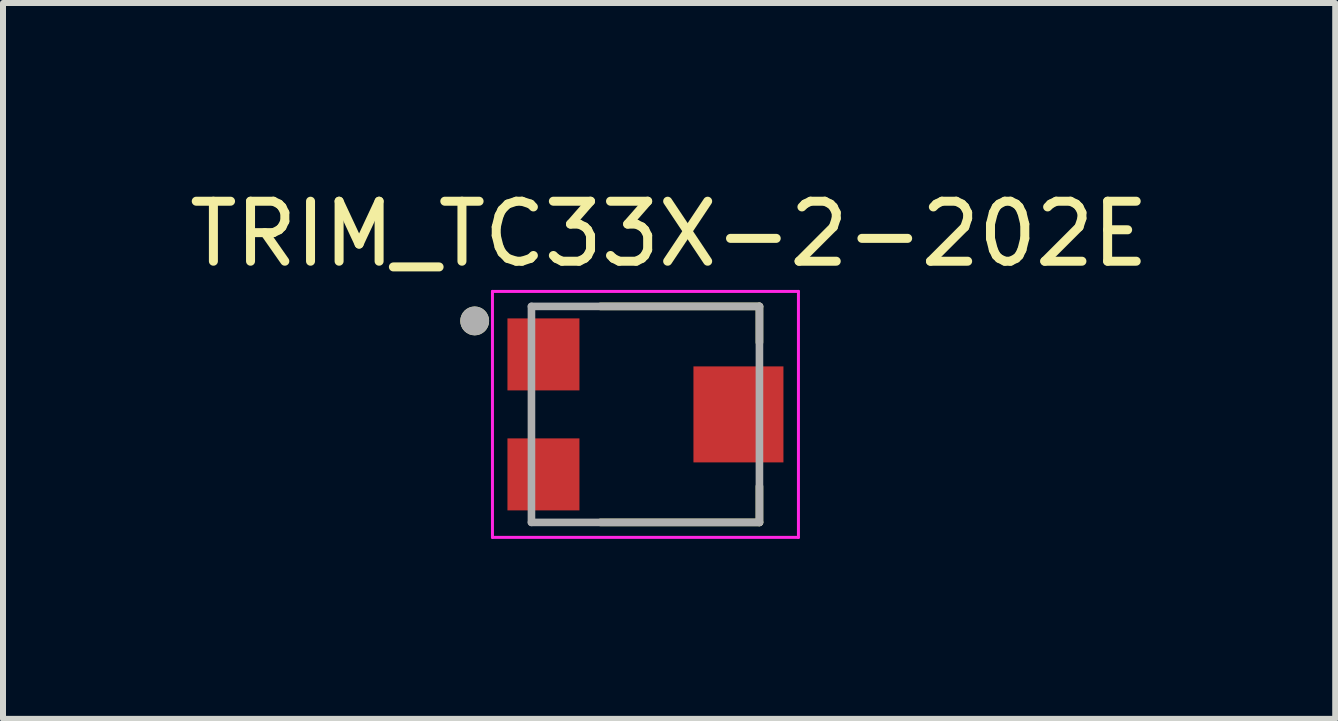
<source format=kicad_pcb>
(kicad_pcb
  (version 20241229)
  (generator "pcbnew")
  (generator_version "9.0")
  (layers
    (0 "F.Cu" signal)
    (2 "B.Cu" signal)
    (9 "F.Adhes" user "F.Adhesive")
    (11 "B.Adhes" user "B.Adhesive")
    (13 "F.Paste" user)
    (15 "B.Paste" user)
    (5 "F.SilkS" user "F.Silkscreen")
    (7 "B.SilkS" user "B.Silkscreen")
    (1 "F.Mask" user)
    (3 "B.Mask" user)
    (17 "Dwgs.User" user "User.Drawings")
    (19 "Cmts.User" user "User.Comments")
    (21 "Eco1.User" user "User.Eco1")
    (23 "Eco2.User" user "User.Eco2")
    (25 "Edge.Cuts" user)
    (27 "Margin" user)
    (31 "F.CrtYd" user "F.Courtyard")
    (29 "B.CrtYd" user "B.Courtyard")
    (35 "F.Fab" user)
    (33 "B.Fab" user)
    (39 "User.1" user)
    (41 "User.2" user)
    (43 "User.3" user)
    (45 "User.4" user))
  (footprint "TRIM_TC33X-2-202E"
    (layer "F.Cu")
    (at 7.808 3.857)
    (property "Reference" "TRIM_TC33X-2-202E" (at 0.294 -3.008 0) (layer "F.SilkS") (effects (font (size 1 1) (thickness 0.15))))
    (attr smd)
    (fp_line (start -0.85 -1.8) (end 1.8 -1.8) (stroke (width 0.127) (type solid)) (layer "F.SilkS"))
    (fp_line (start -0.85 1.8) (end 1.8 1.8) (stroke (width 0.127) (type solid)) (layer "F.SilkS"))
    (fp_line (start 1.8 -1.8) (end 1.8 -1.2) (stroke (width 0.127) (type solid)) (layer "F.SilkS"))
    (fp_line (start 1.8 1.8) (end 1.8 1.2) (stroke (width 0.127) (type solid)) (layer "F.SilkS"))
    (fp_circle (center -2.946 -1.558) (end -2.826 -1.558) (stroke (width 0.24) (type solid)) (fill no) (layer "F.SilkS"))
    (fp_line (start -2.65 -2.05) (end 2.45 -2.05) (stroke (width 0.05) (type solid)) (layer "F.CrtYd"))
    (fp_line (start -2.65 2.05) (end -2.65 -2.05) (stroke (width 0.05) (type solid)) (layer "F.CrtYd"))
    (fp_line (start 2.45 -2.05) (end 2.45 2.05) (stroke (width 0.05) (type solid)) (layer "F.CrtYd"))
    (fp_line (start 2.45 2.05) (end -2.65 2.05) (stroke (width 0.05) (type solid)) (layer "F.CrtYd"))
    (fp_line (start -2 -1.8) (end 1.8 -1.8) (stroke (width 0.127) (type solid)) (layer "F.Fab"))
    (fp_line (start -2 1.8) (end -2 -1.8) (stroke (width 0.127) (type solid)) (layer "F.Fab"))
    (fp_line (start 1.8 -1.8) (end 1.8 1.8) (stroke (width 0.127) (type solid)) (layer "F.Fab"))
    (fp_line (start 1.8 1.8) (end -2 1.8) (stroke (width 0.127) (type solid)) (layer "F.Fab"))
    (fp_circle (center -2.946 -1.558) (end -2.826 -1.558) (stroke (width 0.24) (type solid)) (fill no) (layer "F.Fab"))
    (pad "1" smd rect (at -1.8 -1) (size 1.2 1.2) (layers "F.Cu" "F.Mask" "F.Paste"))
    (pad "2" smd rect (at 1.45 0 270) (size 1.6 1.5) (layers "F.Cu" "F.Mask" "F.Paste"))
    (pad "3" smd rect (at -1.8 1) (size 1.2 1.2) (layers "F.Cu" "F.Mask" "F.Paste")))
  (gr_rect
    (start -3 -3)
    (end 19.205 8.932)
    (stroke (width 0.1) (type default))
    (fill no)
    (layer "Edge.Cuts")))
</source>
